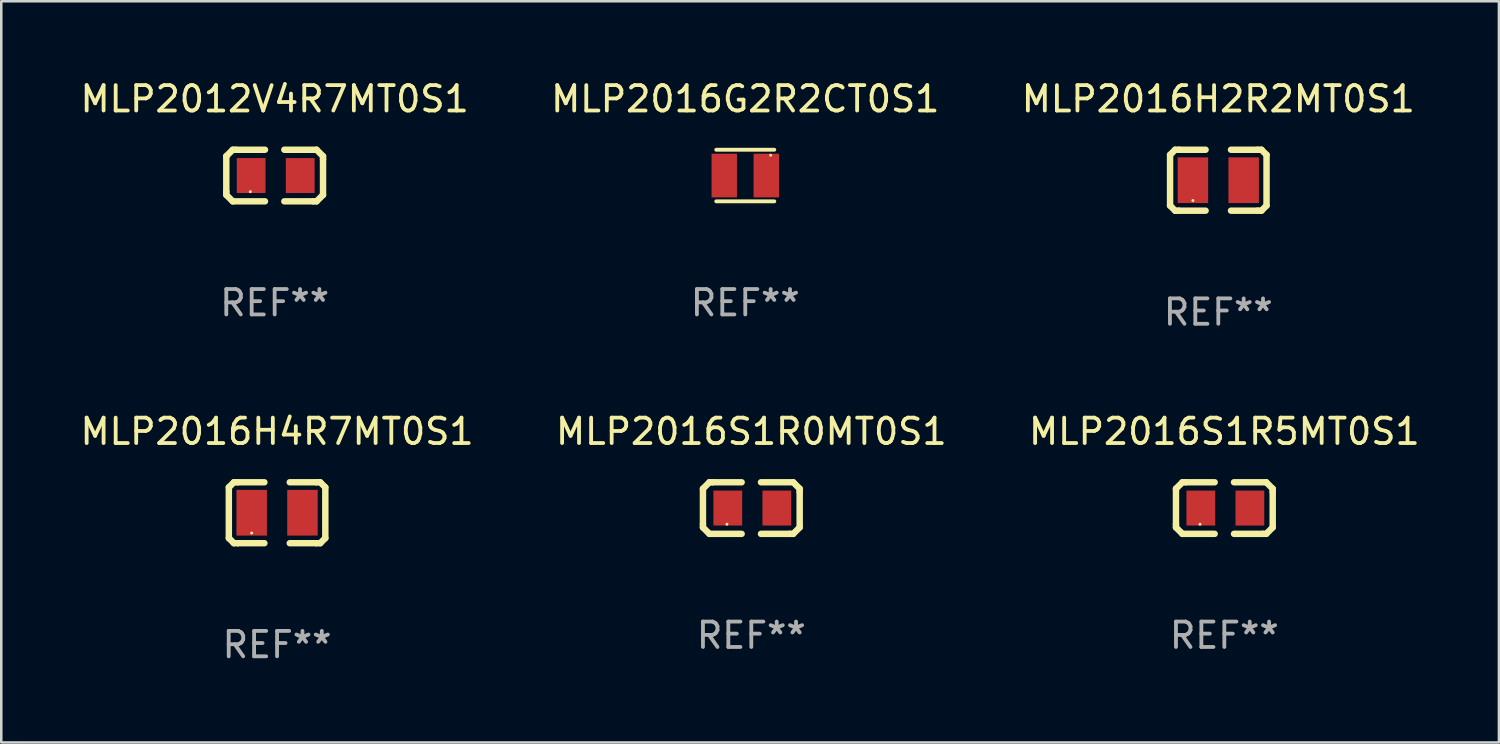
<source format=kicad_pcb>
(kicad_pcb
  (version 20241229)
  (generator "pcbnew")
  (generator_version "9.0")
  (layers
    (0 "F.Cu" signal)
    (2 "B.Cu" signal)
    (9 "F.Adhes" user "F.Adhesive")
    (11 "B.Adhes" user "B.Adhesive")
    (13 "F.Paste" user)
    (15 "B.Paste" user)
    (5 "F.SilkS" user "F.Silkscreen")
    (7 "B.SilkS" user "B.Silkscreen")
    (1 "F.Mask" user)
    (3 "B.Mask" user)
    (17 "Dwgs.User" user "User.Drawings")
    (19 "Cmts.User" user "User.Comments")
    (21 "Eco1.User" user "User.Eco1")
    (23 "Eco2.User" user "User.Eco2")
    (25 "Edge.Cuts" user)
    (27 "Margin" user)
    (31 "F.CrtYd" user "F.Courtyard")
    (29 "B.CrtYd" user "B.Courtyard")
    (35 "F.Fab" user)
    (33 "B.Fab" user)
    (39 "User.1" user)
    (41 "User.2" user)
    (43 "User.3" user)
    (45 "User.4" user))
  (footprint "MLP2016S1R5MT0S1"
    (layer "F.Cu")
    (at 45.173 16.961)
    (property "Reference" "MLP2016S1R5MT0S1" (at 0 -3.016 0) (layer "F.SilkS") (effects (font (size 1 1) (thickness 0.15))))
    (attr through_hole)
    (fp_line (start -1.905 -0.762) (end -1.905 0.635) (stroke (width 0.254) (type solid)) (layer "F.SilkS"))
    (fp_line (start -1.905 0.635) (end -1.905 0.762) (stroke (width 0.254) (type solid)) (layer "F.SilkS"))
    (fp_line (start -1.905 0.762) (end -1.651 1.016) (stroke (width 0.254) (type solid)) (layer "F.SilkS"))
    (fp_line (start -1.651 -1.016) (end -1.905 -0.762) (stroke (width 0.254) (type solid)) (layer "F.SilkS"))
    (fp_line (start -1.651 1.016) (end -0.381 1.016) (stroke (width 0.254) (type solid)) (layer "F.SilkS"))
    (fp_line (start -1.524 -1.016) (end -1.651 -1.016) (stroke (width 0.254) (type solid)) (layer "F.SilkS"))
    (fp_line (start -0.381 -1.016) (end -1.524 -1.016) (stroke (width 0.254) (type solid)) (layer "F.SilkS"))
    (fp_line (start 0.381 1.016) (end 1.524 1.016) (stroke (width 0.254) (type solid)) (layer "F.SilkS"))
    (fp_line (start 1.524 1.016) (end 1.651 1.016) (stroke (width 0.254) (type solid)) (layer "F.SilkS"))
    (fp_line (start 1.651 -1.016) (end 0.381 -1.016) (stroke (width 0.254) (type solid)) (layer "F.SilkS"))
    (fp_line (start 1.651 1.016) (end 1.905 0.762) (stroke (width 0.254) (type solid)) (layer "F.SilkS"))
    (fp_line (start 1.905 -0.762) (end 1.651 -1.016) (stroke (width 0.254) (type solid)) (layer "F.SilkS"))
    (fp_line (start 1.905 -0.635) (end 1.905 -0.762) (stroke (width 0.254) (type solid)) (layer "F.SilkS"))
    (fp_line (start 1.905 0.762) (end 1.905 -0.635) (stroke (width 0.254) (type solid)) (layer "F.SilkS"))
    (fp_circle (center -0.96 0.637) (end -0.93 0.637) (stroke (width 0.06) (type solid)) (fill no) (layer "F.SilkS"))
    (fp_text user "REF**" (at 0 5.016 0) (layer "F.Fab") (effects (font (size 1 1) (thickness 0.15))))
    (pad "1" smd rect (at -0.926 -0.000051) (size 1.133 1.377) (layers "F.Cu" "F.Mask" "F.Paste"))
    (pad "2" smd rect (at 1.006 -0.000051) (size 1.133 1.377) (layers "F.Cu" "F.Mask" "F.Paste")))
  (footprint "MLP2016S1R0MT0S1"
    (layer "F.Cu")
    (at 26.542 16.961)
    (property "Reference" "MLP2016S1R0MT0S1" (at 0 -3.016 0) (layer "F.SilkS") (effects (font (size 1 1) (thickness 0.15))))
    (attr through_hole)
    (fp_line (start -1.905 -0.762) (end -1.905 0.635) (stroke (width 0.254) (type solid)) (layer "F.SilkS"))
    (fp_line (start -1.905 0.635) (end -1.905 0.762) (stroke (width 0.254) (type solid)) (layer "F.SilkS"))
    (fp_line (start -1.905 0.762) (end -1.651 1.016) (stroke (width 0.254) (type solid)) (layer "F.SilkS"))
    (fp_line (start -1.651 -1.016) (end -1.905 -0.762) (stroke (width 0.254) (type solid)) (layer "F.SilkS"))
    (fp_line (start -1.651 1.016) (end -0.381 1.016) (stroke (width 0.254) (type solid)) (layer "F.SilkS"))
    (fp_line (start -1.524 -1.016) (end -1.651 -1.016) (stroke (width 0.254) (type solid)) (layer "F.SilkS"))
    (fp_line (start -0.381 -1.016) (end -1.524 -1.016) (stroke (width 0.254) (type solid)) (layer "F.SilkS"))
    (fp_line (start 0.381 1.016) (end 1.524 1.016) (stroke (width 0.254) (type solid)) (layer "F.SilkS"))
    (fp_line (start 1.524 1.016) (end 1.651 1.016) (stroke (width 0.254) (type solid)) (layer "F.SilkS"))
    (fp_line (start 1.651 -1.016) (end 0.381 -1.016) (stroke (width 0.254) (type solid)) (layer "F.SilkS"))
    (fp_line (start 1.651 1.016) (end 1.905 0.762) (stroke (width 0.254) (type solid)) (layer "F.SilkS"))
    (fp_line (start 1.905 -0.762) (end 1.651 -1.016) (stroke (width 0.254) (type solid)) (layer "F.SilkS"))
    (fp_line (start 1.905 -0.635) (end 1.905 -0.762) (stroke (width 0.254) (type solid)) (layer "F.SilkS"))
    (fp_line (start 1.905 0.762) (end 1.905 -0.635) (stroke (width 0.254) (type solid)) (layer "F.SilkS"))
    (fp_circle (center -0.96 0.637) (end -0.93 0.637) (stroke (width 0.06) (type solid)) (fill no) (layer "F.SilkS"))
    (fp_text user "REF**" (at 0 5.016 0) (layer "F.Fab") (effects (font (size 1 1) (thickness 0.15))))
    (pad "1" smd rect (at -0.926 -0.000051) (size 1.133 1.377) (layers "F.Cu" "F.Mask" "F.Paste"))
    (pad "2" smd rect (at 1.006 -0.000051) (size 1.133 1.377) (layers "F.Cu" "F.Mask" "F.Paste")))
  (footprint "MLP2016H4R7MT0S1"
    (layer "F.Cu")
    (at 7.863 17.145)
    (property "Reference" "MLP2016H4R7MT0S1" (at 0 -3.2 0) (layer "F.SilkS") (effects (font (size 1 1) (thickness 0.15))))
    (attr through_hole)
    (fp_line (start -1.9 -1) (end -1.9 1) (stroke (width 0.254) (type solid)) (layer "F.SilkS"))
    (fp_line (start -1.7 -1.2) (end -1.9 -1) (stroke (width 0.254) (type solid)) (layer "F.SilkS"))
    (fp_line (start -1.7 1.2) (end -1.9 1) (stroke (width 0.254) (type solid)) (layer "F.SilkS"))
    (fp_line (start -1.55 -1.2) (end -1.7 -1.2) (stroke (width 0.254) (type solid)) (layer "F.SilkS"))
    (fp_line (start -1.55 1.2) (end -1.7 1.2) (stroke (width 0.254) (type solid)) (layer "F.SilkS"))
    (fp_line (start -0.5 -1.2) (end -1.55 -1.2) (stroke (width 0.254) (type solid)) (layer "F.SilkS"))
    (fp_line (start -0.5 1.2) (end -1.55 1.2) (stroke (width 0.254) (type solid)) (layer "F.SilkS"))
    (fp_line (start 0.5 -1.2) (end 1.55 -1.2) (stroke (width 0.254) (type solid)) (layer "F.SilkS"))
    (fp_line (start 0.5 1.2) (end 1.55 1.2) (stroke (width 0.254) (type solid)) (layer "F.SilkS"))
    (fp_line (start 1.55 -1.2) (end 1.7 -1.2) (stroke (width 0.254) (type solid)) (layer "F.SilkS"))
    (fp_line (start 1.55 1.2) (end 1.7 1.2) (stroke (width 0.254) (type solid)) (layer "F.SilkS"))
    (fp_line (start 1.7 -1.2) (end 1.9 -1) (stroke (width 0.254) (type solid)) (layer "F.SilkS"))
    (fp_line (start 1.7 1.2) (end 1.9 1) (stroke (width 0.254) (type solid)) (layer "F.SilkS"))
    (fp_line (start 1.9 -1) (end 1.9 1) (stroke (width 0.254) (type solid)) (layer "F.SilkS"))
    (fp_circle (center -1 0.8) (end -0.97 0.8) (stroke (width 0.06) (type solid)) (fill no) (layer "F.SilkS"))
    (fp_text user "REF**" (at 0 5.2 0) (layer "F.Fab") (effects (font (size 1 1) (thickness 0.15))))
    (pad "1" smd rect (at -1 0) (size 1.2 1.8) (layers "F.Cu" "F.Mask" "F.Paste"))
    (pad "2" smd rect (at 1 0) (size 1.2 1.8) (layers "F.Cu" "F.Mask" "F.Paste")))
  (footprint "MLP2012V4R7MT0S1"
    (layer "F.Cu")
    (at 7.768 3.864)
    (property "Reference" "MLP2012V4R7MT0S1" (at 0 -3.016 0) (layer "F.SilkS") (effects (font (size 1 1) (thickness 0.15))))
    (attr through_hole)
    (fp_line (start -1.905 -0.762) (end -1.905 0.635) (stroke (width 0.254) (type solid)) (layer "F.SilkS"))
    (fp_line (start -1.905 0.635) (end -1.905 0.762) (stroke (width 0.254) (type solid)) (layer "F.SilkS"))
    (fp_line (start -1.905 0.762) (end -1.651 1.016) (stroke (width 0.254) (type solid)) (layer "F.SilkS"))
    (fp_line (start -1.651 -1.016) (end -1.905 -0.762) (stroke (width 0.254) (type solid)) (layer "F.SilkS"))
    (fp_line (start -1.651 1.016) (end -0.381 1.016) (stroke (width 0.254) (type solid)) (layer "F.SilkS"))
    (fp_line (start -1.524 -1.016) (end -1.651 -1.016) (stroke (width 0.254) (type solid)) (layer "F.SilkS"))
    (fp_line (start -0.381 -1.016) (end -1.524 -1.016) (stroke (width 0.254) (type solid)) (layer "F.SilkS"))
    (fp_line (start 0.381 1.016) (end 1.524 1.016) (stroke (width 0.254) (type solid)) (layer "F.SilkS"))
    (fp_line (start 1.524 1.016) (end 1.651 1.016) (stroke (width 0.254) (type solid)) (layer "F.SilkS"))
    (fp_line (start 1.651 -1.016) (end 0.381 -1.016) (stroke (width 0.254) (type solid)) (layer "F.SilkS"))
    (fp_line (start 1.651 1.016) (end 1.905 0.762) (stroke (width 0.254) (type solid)) (layer "F.SilkS"))
    (fp_line (start 1.905 -0.762) (end 1.651 -1.016) (stroke (width 0.254) (type solid)) (layer "F.SilkS"))
    (fp_line (start 1.905 -0.635) (end 1.905 -0.762) (stroke (width 0.254) (type solid)) (layer "F.SilkS"))
    (fp_line (start 1.905 0.762) (end 1.905 -0.635) (stroke (width 0.254) (type solid)) (layer "F.SilkS"))
    (fp_circle (center -0.96 0.637) (end -0.93 0.637) (stroke (width 0.06) (type solid)) (fill no) (layer "F.SilkS"))
    (fp_text user "REF**" (at 0 5.016 0) (layer "F.Fab") (effects (font (size 1 1) (thickness 0.15))))
    (pad "1" smd rect (at -0.926 -0.000051) (size 1.133 1.377) (layers "F.Cu" "F.Mask" "F.Paste"))
    (pad "2" smd rect (at 1.006 -0.000051) (size 1.133 1.377) (layers "F.Cu" "F.Mask" "F.Paste")))
  (footprint "MLP2016H2R2MT0S1"
    (layer "F.Cu")
    (at 44.935 4.048)
    (property "Reference" "MLP2016H2R2MT0S1" (at 0 -3.2 0) (layer "F.SilkS") (effects (font (size 1 1) (thickness 0.15))))
    (attr through_hole)
    (fp_line (start -1.9 -1) (end -1.9 1) (stroke (width 0.254) (type solid)) (layer "F.SilkS"))
    (fp_line (start -1.7 -1.2) (end -1.9 -1) (stroke (width 0.254) (type solid)) (layer "F.SilkS"))
    (fp_line (start -1.7 1.2) (end -1.9 1) (stroke (width 0.254) (type solid)) (layer "F.SilkS"))
    (fp_line (start -1.55 -1.2) (end -1.7 -1.2) (stroke (width 0.254) (type solid)) (layer "F.SilkS"))
    (fp_line (start -1.55 1.2) (end -1.7 1.2) (stroke (width 0.254) (type solid)) (layer "F.SilkS"))
    (fp_line (start -0.5 -1.2) (end -1.55 -1.2) (stroke (width 0.254) (type solid)) (layer "F.SilkS"))
    (fp_line (start -0.5 1.2) (end -1.55 1.2) (stroke (width 0.254) (type solid)) (layer "F.SilkS"))
    (fp_line (start 0.5 -1.2) (end 1.55 -1.2) (stroke (width 0.254) (type solid)) (layer "F.SilkS"))
    (fp_line (start 0.5 1.2) (end 1.55 1.2) (stroke (width 0.254) (type solid)) (layer "F.SilkS"))
    (fp_line (start 1.55 -1.2) (end 1.7 -1.2) (stroke (width 0.254) (type solid)) (layer "F.SilkS"))
    (fp_line (start 1.55 1.2) (end 1.7 1.2) (stroke (width 0.254) (type solid)) (layer "F.SilkS"))
    (fp_line (start 1.7 -1.2) (end 1.9 -1) (stroke (width 0.254) (type solid)) (layer "F.SilkS"))
    (fp_line (start 1.7 1.2) (end 1.9 1) (stroke (width 0.254) (type solid)) (layer "F.SilkS"))
    (fp_line (start 1.9 -1) (end 1.9 1) (stroke (width 0.254) (type solid)) (layer "F.SilkS"))
    (fp_circle (center -1 0.8) (end -0.97 0.8) (stroke (width 0.06) (type solid)) (fill no) (layer "F.SilkS"))
    (fp_text user "REF**" (at 0 5.2 0) (layer "F.Fab") (effects (font (size 1 1) (thickness 0.15))))
    (pad "1" smd rect (at -1 0) (size 1.2 1.8) (layers "F.Cu" "F.Mask" "F.Paste"))
    (pad "2" smd rect (at 1 0) (size 1.2 1.8) (layers "F.Cu" "F.Mask" "F.Paste")))
  (footprint "MLP2016G2R2CT0S1"
    (layer "F.Cu")
    (at 26.304 3.864)
    (property "Reference" "MLP2016G2R2CT0S1" (at 0 -3.016 0) (layer "F.SilkS") (effects (font (size 1 1) (thickness 0.15))))
    (attr through_hole)
    (fp_line (start -1.143 -1.016) (end 1.143 -1.016) (stroke (width 0.152) (type solid)) (layer "F.SilkS"))
    (fp_line (start 1.143 1.016) (end -1.143 1.016) (stroke (width 0.152) (type solid)) (layer "F.SilkS"))
    (fp_circle (center 1 -0.8) (end 1.03 -0.8) (stroke (width 0.06) (type solid)) (fill no) (layer "F.SilkS"))
    (fp_text user "REF**" (at 0 5.016 0) (layer "F.Fab") (effects (font (size 1 1) (thickness 0.15))))
    (pad "1" smd rect (at 0.828 0) (size 1 1.72) (layers "F.Cu" "F.Mask" "F.Paste"))
    (pad "2" smd rect (at -0.828 0) (size 1 1.72) (layers "F.Cu" "F.Mask" "F.Paste")))
  (gr_rect
    (start -3 -3)
    (end 55.988 26.193)
    (stroke (width 0.1) (type default))
    (fill no)
    (layer "Edge.Cuts")))
</source>
